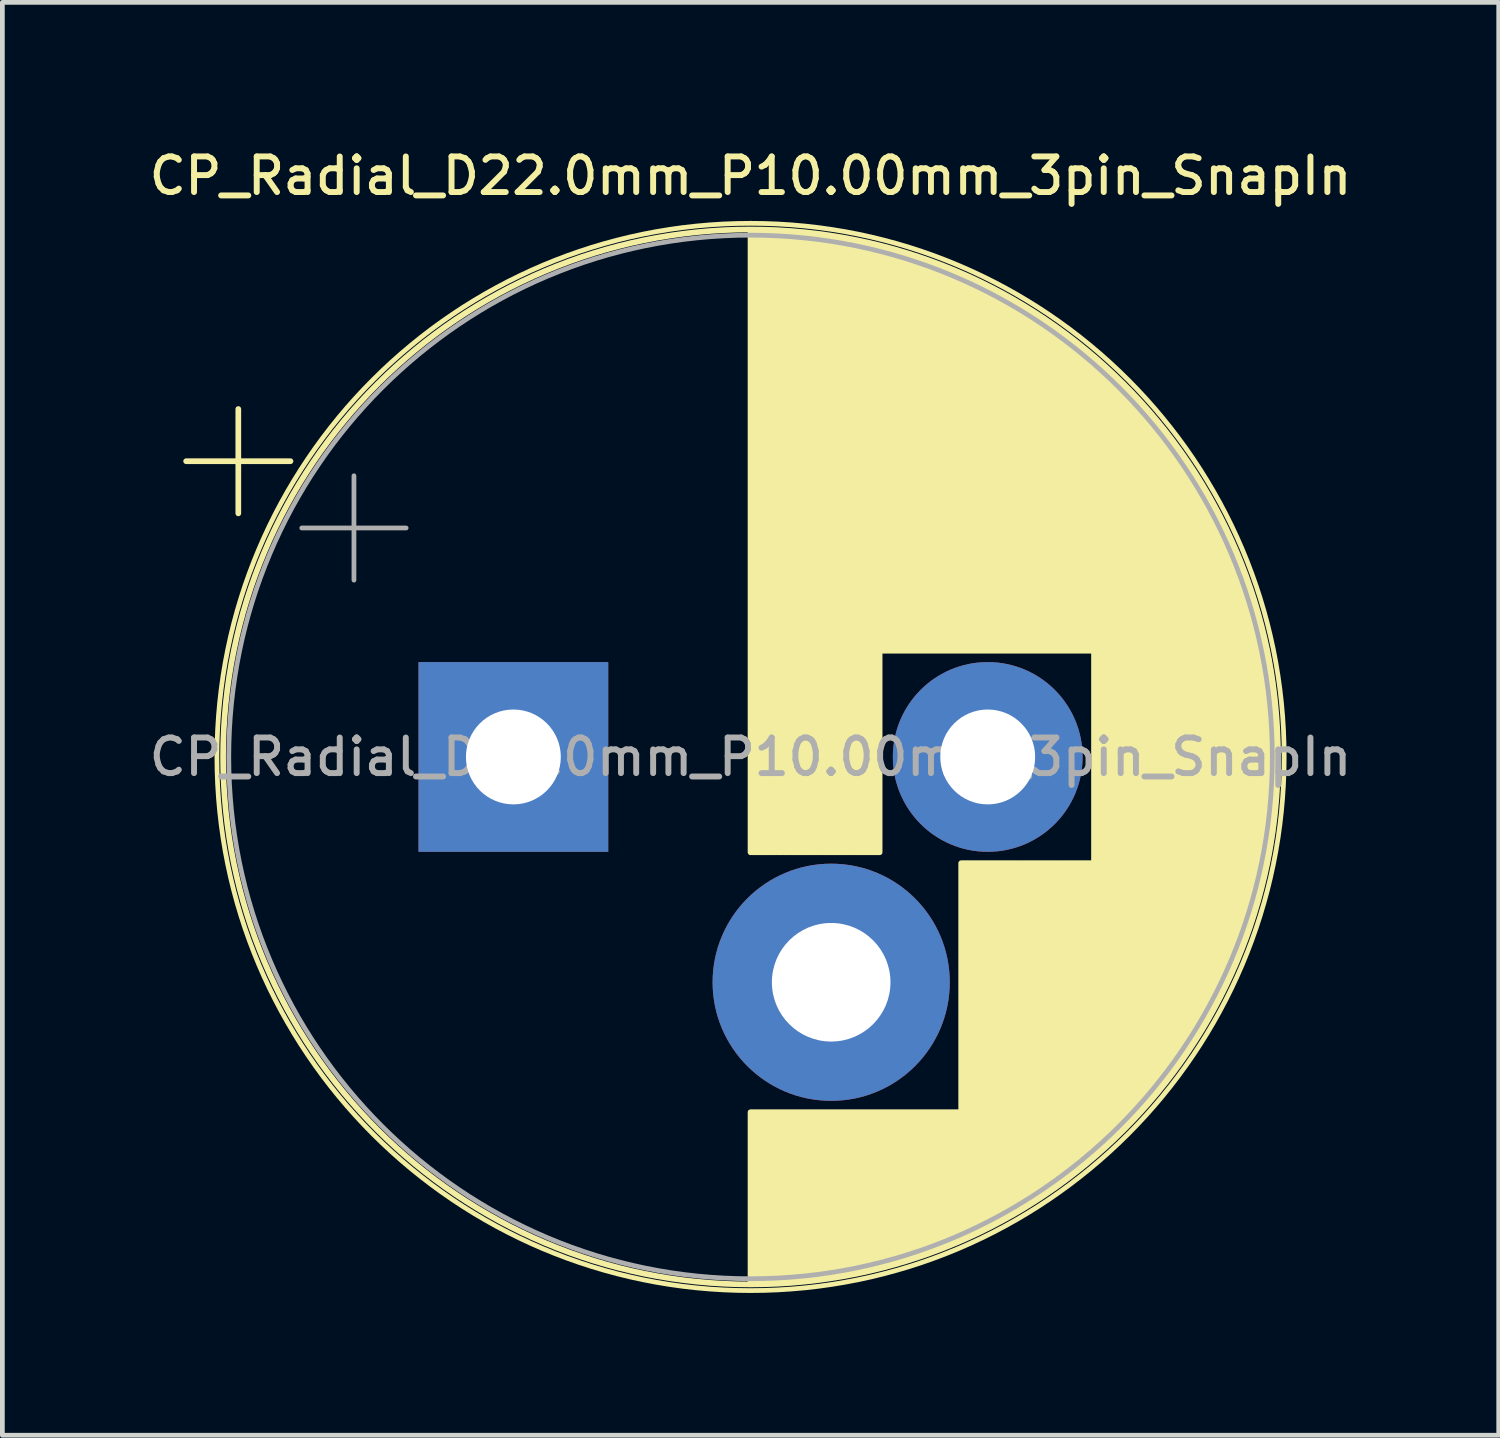
<source format=kicad_pcb>
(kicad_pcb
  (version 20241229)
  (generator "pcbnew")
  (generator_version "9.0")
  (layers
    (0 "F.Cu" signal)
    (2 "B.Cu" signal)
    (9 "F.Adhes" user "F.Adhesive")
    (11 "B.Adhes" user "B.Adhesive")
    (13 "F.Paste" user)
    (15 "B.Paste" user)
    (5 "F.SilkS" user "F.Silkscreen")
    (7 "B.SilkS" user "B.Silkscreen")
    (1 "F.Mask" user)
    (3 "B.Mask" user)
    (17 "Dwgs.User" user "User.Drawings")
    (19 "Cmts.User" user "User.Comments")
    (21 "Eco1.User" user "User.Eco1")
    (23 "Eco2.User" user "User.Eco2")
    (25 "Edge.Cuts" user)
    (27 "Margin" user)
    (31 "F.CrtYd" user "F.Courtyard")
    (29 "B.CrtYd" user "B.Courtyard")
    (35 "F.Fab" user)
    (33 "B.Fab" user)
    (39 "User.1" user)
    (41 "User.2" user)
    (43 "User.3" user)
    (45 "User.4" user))
  (footprint "CP_Radial_D22.0mm_P10.00mm_3pin_SnapIn"
    (layer "F.Cu")
    (at 7.773 12.908)
    (property "Reference" "CP_Radial_D22.0mm_P10.00mm_3pin_SnapIn" (at 5 -12.25 0) (layer "F.SilkS") (effects (font (size 0.75 0.75) (thickness 0.125))))
    (attr through_hole)
    (fp_line (start -6.899 -6.235) (end -4.699 -6.235) (stroke (width 0.12) (type solid)) (layer "F.SilkS"))
    (fp_line (start -5.799 -7.335) (end -5.799 -5.135) (stroke (width 0.12) (type solid)) (layer "F.SilkS"))
    (fp_line (start 5 -11.081) (end 5 2.01) (stroke (width 0.12) (type solid)) (layer "F.SilkS"))
    (fp_line (start 5 7.49) (end 5 11.081) (stroke (width 0.12) (type solid)) (layer "F.SilkS"))
    (fp_line (start 5.04 -11.08) (end 5.04 2.01) (stroke (width 0.12) (type solid)) (layer "F.SilkS"))
    (fp_line (start 5.04 7.49) (end 5.04 11.08) (stroke (width 0.12) (type solid)) (layer "F.SilkS"))
    (fp_line (start 5.08 -11.08) (end 5.08 2.01) (stroke (width 0.12) (type solid)) (layer "F.SilkS"))
    (fp_line (start 5.08 7.49) (end 5.08 11.08) (stroke (width 0.12) (type solid)) (layer "F.SilkS"))
    (fp_line (start 5.12 -11.08) (end 5.12 2.01) (stroke (width 0.12) (type solid)) (layer "F.SilkS"))
    (fp_line (start 5.12 7.49) (end 5.12 11.08) (stroke (width 0.12) (type solid)) (layer "F.SilkS"))
    (fp_line (start 5.16 -11.079) (end 5.16 2.01) (stroke (width 0.12) (type solid)) (layer "F.SilkS"))
    (fp_line (start 5.16 7.49) (end 5.16 11.079) (stroke (width 0.12) (type solid)) (layer "F.SilkS"))
    (fp_line (start 5.2 -11.079) (end 5.2 2.01) (stroke (width 0.12) (type solid)) (layer "F.SilkS"))
    (fp_line (start 5.2 7.49) (end 5.2 11.079) (stroke (width 0.12) (type solid)) (layer "F.SilkS"))
    (fp_line (start 5.24 -11.078) (end 5.24 2.01) (stroke (width 0.12) (type solid)) (layer "F.SilkS"))
    (fp_line (start 5.24 7.49) (end 5.24 11.078) (stroke (width 0.12) (type solid)) (layer "F.SilkS"))
    (fp_line (start 5.28 -11.077) (end 5.28 2.01) (stroke (width 0.12) (type solid)) (layer "F.SilkS"))
    (fp_line (start 5.28 7.49) (end 5.28 11.077) (stroke (width 0.12) (type solid)) (layer "F.SilkS"))
    (fp_line (start 5.32 -11.076) (end 5.32 2.01) (stroke (width 0.12) (type solid)) (layer "F.SilkS"))
    (fp_line (start 5.32 7.49) (end 5.32 11.076) (stroke (width 0.12) (type solid)) (layer "F.SilkS"))
    (fp_line (start 5.36 -11.075) (end 5.36 2.01) (stroke (width 0.12) (type solid)) (layer "F.SilkS"))
    (fp_line (start 5.36 7.49) (end 5.36 11.075) (stroke (width 0.12) (type solid)) (layer "F.SilkS"))
    (fp_line (start 5.4 -11.073) (end 5.4 2.01) (stroke (width 0.12) (type solid)) (layer "F.SilkS"))
    (fp_line (start 5.4 7.49) (end 5.4 11.073) (stroke (width 0.12) (type solid)) (layer "F.SilkS"))
    (fp_line (start 5.44 -11.072) (end 5.44 2.01) (stroke (width 0.12) (type solid)) (layer "F.SilkS"))
    (fp_line (start 5.44 7.49) (end 5.44 11.072) (stroke (width 0.12) (type solid)) (layer "F.SilkS"))
    (fp_line (start 5.48 -11.07) (end 5.48 2.01) (stroke (width 0.12) (type solid)) (layer "F.SilkS"))
    (fp_line (start 5.48 7.49) (end 5.48 11.07) (stroke (width 0.12) (type solid)) (layer "F.SilkS"))
    (fp_line (start 5.52 -11.068) (end 5.52 2.01) (stroke (width 0.12) (type solid)) (layer "F.SilkS"))
    (fp_line (start 5.52 7.49) (end 5.52 11.068) (stroke (width 0.12) (type solid)) (layer "F.SilkS"))
    (fp_line (start 5.56 -11.066) (end 5.56 2.01) (stroke (width 0.12) (type solid)) (layer "F.SilkS"))
    (fp_line (start 5.56 7.49) (end 5.56 11.066) (stroke (width 0.12) (type solid)) (layer "F.SilkS"))
    (fp_line (start 5.6 -11.064) (end 5.6 2.01) (stroke (width 0.12) (type solid)) (layer "F.SilkS"))
    (fp_line (start 5.6 7.49) (end 5.6 11.064) (stroke (width 0.12) (type solid)) (layer "F.SilkS"))
    (fp_line (start 5.64 -11.062) (end 5.64 2.01) (stroke (width 0.12) (type solid)) (layer "F.SilkS"))
    (fp_line (start 5.64 7.49) (end 5.64 11.062) (stroke (width 0.12) (type solid)) (layer "F.SilkS"))
    (fp_line (start 5.68 -11.06) (end 5.68 2.01) (stroke (width 0.12) (type solid)) (layer "F.SilkS"))
    (fp_line (start 5.68 7.49) (end 5.68 11.06) (stroke (width 0.12) (type solid)) (layer "F.SilkS"))
    (fp_line (start 5.721 -11.057) (end 5.721 2.01) (stroke (width 0.12) (type solid)) (layer "F.SilkS"))
    (fp_line (start 5.721 7.49) (end 5.721 11.057) (stroke (width 0.12) (type solid)) (layer "F.SilkS"))
    (fp_line (start 5.761 -11.054) (end 5.761 2.01) (stroke (width 0.12) (type solid)) (layer "F.SilkS"))
    (fp_line (start 5.761 7.49) (end 5.761 11.054) (stroke (width 0.12) (type solid)) (layer "F.SilkS"))
    (fp_line (start 5.801 -11.052) (end 5.801 2.01) (stroke (width 0.12) (type solid)) (layer "F.SilkS"))
    (fp_line (start 5.801 7.49) (end 5.801 11.052) (stroke (width 0.12) (type solid)) (layer "F.SilkS"))
    (fp_line (start 5.841 -11.049) (end 5.841 2.01) (stroke (width 0.12) (type solid)) (layer "F.SilkS"))
    (fp_line (start 5.841 7.49) (end 5.841 11.049) (stroke (width 0.12) (type solid)) (layer "F.SilkS"))
    (fp_line (start 5.881 -11.046) (end 5.881 2.01) (stroke (width 0.12) (type solid)) (layer "F.SilkS"))
    (fp_line (start 5.881 7.49) (end 5.881 11.046) (stroke (width 0.12) (type solid)) (layer "F.SilkS"))
    (fp_line (start 5.921 -11.042) (end 5.921 2.01) (stroke (width 0.12) (type solid)) (layer "F.SilkS"))
    (fp_line (start 5.921 7.49) (end 5.921 11.042) (stroke (width 0.12) (type solid)) (layer "F.SilkS"))
    (fp_line (start 5.961 -11.039) (end 5.961 2.01) (stroke (width 0.12) (type solid)) (layer "F.SilkS"))
    (fp_line (start 5.961 7.49) (end 5.961 11.039) (stroke (width 0.12) (type solid)) (layer "F.SilkS"))
    (fp_line (start 6.001 -11.035) (end 6.001 2.01) (stroke (width 0.12) (type solid)) (layer "F.SilkS"))
    (fp_line (start 6.001 7.49) (end 6.001 11.035) (stroke (width 0.12) (type solid)) (layer "F.SilkS"))
    (fp_line (start 6.041 -11.032) (end 6.041 2.01) (stroke (width 0.12) (type solid)) (layer "F.SilkS"))
    (fp_line (start 6.041 7.49) (end 6.041 11.032) (stroke (width 0.12) (type solid)) (layer "F.SilkS"))
    (fp_line (start 6.081 -11.028) (end 6.081 2.01) (stroke (width 0.12) (type solid)) (layer "F.SilkS"))
    (fp_line (start 6.081 7.49) (end 6.081 11.028) (stroke (width 0.12) (type solid)) (layer "F.SilkS"))
    (fp_line (start 6.121 -11.024) (end 6.121 2.01) (stroke (width 0.12) (type solid)) (layer "F.SilkS"))
    (fp_line (start 6.121 7.49) (end 6.121 11.024) (stroke (width 0.12) (type solid)) (layer "F.SilkS"))
    (fp_line (start 6.161 -11.02) (end 6.161 2.01) (stroke (width 0.12) (type solid)) (layer "F.SilkS"))
    (fp_line (start 6.161 7.49) (end 6.161 11.02) (stroke (width 0.12) (type solid)) (layer "F.SilkS"))
    (fp_line (start 6.201 -11.016) (end 6.201 2.01) (stroke (width 0.12) (type solid)) (layer "F.SilkS"))
    (fp_line (start 6.201 7.49) (end 6.201 11.016) (stroke (width 0.12) (type solid)) (layer "F.SilkS"))
    (fp_line (start 6.241 -11.011) (end 6.241 2.01) (stroke (width 0.12) (type solid)) (layer "F.SilkS"))
    (fp_line (start 6.241 7.49) (end 6.241 11.011) (stroke (width 0.12) (type solid)) (layer "F.SilkS"))
    (fp_line (start 6.281 -11.007) (end 6.281 2.01) (stroke (width 0.12) (type solid)) (layer "F.SilkS"))
    (fp_line (start 6.281 7.49) (end 6.281 11.007) (stroke (width 0.12) (type solid)) (layer "F.SilkS"))
    (fp_line (start 6.321 -11.002) (end 6.321 2.01) (stroke (width 0.12) (type solid)) (layer "F.SilkS"))
    (fp_line (start 6.321 7.49) (end 6.321 11.002) (stroke (width 0.12) (type solid)) (layer "F.SilkS"))
    (fp_line (start 6.361 -10.997) (end 6.361 2.01) (stroke (width 0.12) (type solid)) (layer "F.SilkS"))
    (fp_line (start 6.361 7.49) (end 6.361 10.997) (stroke (width 0.12) (type solid)) (layer "F.SilkS"))
    (fp_line (start 6.401 -10.992) (end 6.401 2.01) (stroke (width 0.12) (type solid)) (layer "F.SilkS"))
    (fp_line (start 6.401 7.49) (end 6.401 10.992) (stroke (width 0.12) (type solid)) (layer "F.SilkS"))
    (fp_line (start 6.441 -10.987) (end 6.441 2.01) (stroke (width 0.12) (type solid)) (layer "F.SilkS"))
    (fp_line (start 6.441 7.49) (end 6.441 10.987) (stroke (width 0.12) (type solid)) (layer "F.SilkS"))
    (fp_line (start 6.481 -10.982) (end 6.481 2.01) (stroke (width 0.12) (type solid)) (layer "F.SilkS"))
    (fp_line (start 6.481 7.49) (end 6.481 10.982) (stroke (width 0.12) (type solid)) (layer "F.SilkS"))
    (fp_line (start 6.521 -10.976) (end 6.521 2.01) (stroke (width 0.12) (type solid)) (layer "F.SilkS"))
    (fp_line (start 6.521 7.49) (end 6.521 10.976) (stroke (width 0.12) (type solid)) (layer "F.SilkS"))
    (fp_line (start 6.561 -10.971) (end 6.561 2.01) (stroke (width 0.12) (type solid)) (layer "F.SilkS"))
    (fp_line (start 6.561 7.49) (end 6.561 10.971) (stroke (width 0.12) (type solid)) (layer "F.SilkS"))
    (fp_line (start 6.601 -10.965) (end 6.601 2.01) (stroke (width 0.12) (type solid)) (layer "F.SilkS"))
    (fp_line (start 6.601 7.49) (end 6.601 10.965) (stroke (width 0.12) (type solid)) (layer "F.SilkS"))
    (fp_line (start 6.641 -10.959) (end 6.641 2.01) (stroke (width 0.12) (type solid)) (layer "F.SilkS"))
    (fp_line (start 6.641 7.49) (end 6.641 10.959) (stroke (width 0.12) (type solid)) (layer "F.SilkS"))
    (fp_line (start 6.681 -10.953) (end 6.681 2.01) (stroke (width 0.12) (type solid)) (layer "F.SilkS"))
    (fp_line (start 6.681 7.49) (end 6.681 10.953) (stroke (width 0.12) (type solid)) (layer "F.SilkS"))
    (fp_line (start 6.721 -10.947) (end 6.721 2.01) (stroke (width 0.12) (type solid)) (layer "F.SilkS"))
    (fp_line (start 6.721 7.49) (end 6.721 10.947) (stroke (width 0.12) (type solid)) (layer "F.SilkS"))
    (fp_line (start 6.761 -10.94) (end 6.761 2.01) (stroke (width 0.12) (type solid)) (layer "F.SilkS"))
    (fp_line (start 6.761 7.49) (end 6.761 10.94) (stroke (width 0.12) (type solid)) (layer "F.SilkS"))
    (fp_line (start 6.801 -10.934) (end 6.801 2.01) (stroke (width 0.12) (type solid)) (layer "F.SilkS"))
    (fp_line (start 6.801 7.49) (end 6.801 10.934) (stroke (width 0.12) (type solid)) (layer "F.SilkS"))
    (fp_line (start 6.841 -10.927) (end 6.841 2.01) (stroke (width 0.12) (type solid)) (layer "F.SilkS"))
    (fp_line (start 6.841 7.49) (end 6.841 10.927) (stroke (width 0.12) (type solid)) (layer "F.SilkS"))
    (fp_line (start 6.881 -10.92) (end 6.881 2.01) (stroke (width 0.12) (type solid)) (layer "F.SilkS"))
    (fp_line (start 6.881 7.49) (end 6.881 10.92) (stroke (width 0.12) (type solid)) (layer "F.SilkS"))
    (fp_line (start 6.921 -10.913) (end 6.921 2.01) (stroke (width 0.12) (type solid)) (layer "F.SilkS"))
    (fp_line (start 6.921 7.49) (end 6.921 10.913) (stroke (width 0.12) (type solid)) (layer "F.SilkS"))
    (fp_line (start 6.961 -10.906) (end 6.961 2.01) (stroke (width 0.12) (type solid)) (layer "F.SilkS"))
    (fp_line (start 6.961 7.49) (end 6.961 10.906) (stroke (width 0.12) (type solid)) (layer "F.SilkS"))
    (fp_line (start 7.001 -10.899) (end 7.001 2.01) (stroke (width 0.12) (type solid)) (layer "F.SilkS"))
    (fp_line (start 7.001 7.49) (end 7.001 10.899) (stroke (width 0.12) (type solid)) (layer "F.SilkS"))
    (fp_line (start 7.041 -10.892) (end 7.041 2.01) (stroke (width 0.12) (type solid)) (layer "F.SilkS"))
    (fp_line (start 7.041 7.49) (end 7.041 10.892) (stroke (width 0.12) (type solid)) (layer "F.SilkS"))
    (fp_line (start 7.081 -10.884) (end 7.081 2.01) (stroke (width 0.12) (type solid)) (layer "F.SilkS"))
    (fp_line (start 7.081 7.49) (end 7.081 10.884) (stroke (width 0.12) (type solid)) (layer "F.SilkS"))
    (fp_line (start 7.121 -10.877) (end 7.121 2.01) (stroke (width 0.12) (type solid)) (layer "F.SilkS"))
    (fp_line (start 7.121 7.49) (end 7.121 10.877) (stroke (width 0.12) (type solid)) (layer "F.SilkS"))
    (fp_line (start 7.161 -10.869) (end 7.161 2.01) (stroke (width 0.12) (type solid)) (layer "F.SilkS"))
    (fp_line (start 7.161 7.49) (end 7.161 10.869) (stroke (width 0.12) (type solid)) (layer "F.SilkS"))
    (fp_line (start 7.201 -10.861) (end 7.201 2.01) (stroke (width 0.12) (type solid)) (layer "F.SilkS"))
    (fp_line (start 7.201 7.49) (end 7.201 10.861) (stroke (width 0.12) (type solid)) (layer "F.SilkS"))
    (fp_line (start 7.241 -10.853) (end 7.241 2.01) (stroke (width 0.12) (type solid)) (layer "F.SilkS"))
    (fp_line (start 7.241 7.49) (end 7.241 10.853) (stroke (width 0.12) (type solid)) (layer "F.SilkS"))
    (fp_line (start 7.281 -10.844) (end 7.281 2.01) (stroke (width 0.12) (type solid)) (layer "F.SilkS"))
    (fp_line (start 7.281 7.49) (end 7.281 10.844) (stroke (width 0.12) (type solid)) (layer "F.SilkS"))
    (fp_line (start 7.321 -10.836) (end 7.321 2.01) (stroke (width 0.12) (type solid)) (layer "F.SilkS"))
    (fp_line (start 7.321 7.49) (end 7.321 10.836) (stroke (width 0.12) (type solid)) (layer "F.SilkS"))
    (fp_line (start 7.361 -10.827) (end 7.361 2.01) (stroke (width 0.12) (type solid)) (layer "F.SilkS"))
    (fp_line (start 7.361 7.49) (end 7.361 10.827) (stroke (width 0.12) (type solid)) (layer "F.SilkS"))
    (fp_line (start 7.401 -10.818) (end 7.401 2.01) (stroke (width 0.12) (type solid)) (layer "F.SilkS"))
    (fp_line (start 7.401 7.49) (end 7.401 10.818) (stroke (width 0.12) (type solid)) (layer "F.SilkS"))
    (fp_line (start 7.441 -10.809) (end 7.441 2.01) (stroke (width 0.12) (type solid)) (layer "F.SilkS"))
    (fp_line (start 7.441 7.49) (end 7.441 10.809) (stroke (width 0.12) (type solid)) (layer "F.SilkS"))
    (fp_line (start 7.481 -10.8) (end 7.481 2.01) (stroke (width 0.12) (type solid)) (layer "F.SilkS"))
    (fp_line (start 7.481 7.49) (end 7.481 10.8) (stroke (width 0.12) (type solid)) (layer "F.SilkS"))
    (fp_line (start 7.521 -10.791) (end 7.521 2.01) (stroke (width 0.12) (type solid)) (layer "F.SilkS"))
    (fp_line (start 7.521 7.49) (end 7.521 10.791) (stroke (width 0.12) (type solid)) (layer "F.SilkS"))
    (fp_line (start 7.561 -10.782) (end 7.561 2.01) (stroke (width 0.12) (type solid)) (layer "F.SilkS"))
    (fp_line (start 7.561 7.49) (end 7.561 10.782) (stroke (width 0.12) (type solid)) (layer "F.SilkS"))
    (fp_line (start 7.601 -10.772) (end 7.601 2.01) (stroke (width 0.12) (type solid)) (layer "F.SilkS"))
    (fp_line (start 7.601 7.49) (end 7.601 10.772) (stroke (width 0.12) (type solid)) (layer "F.SilkS"))
    (fp_line (start 7.641 -10.763) (end 7.641 2.01) (stroke (width 0.12) (type solid)) (layer "F.SilkS"))
    (fp_line (start 7.641 7.49) (end 7.641 10.763) (stroke (width 0.12) (type solid)) (layer "F.SilkS"))
    (fp_line (start 7.681 -10.753) (end 7.681 2.01) (stroke (width 0.12) (type solid)) (layer "F.SilkS"))
    (fp_line (start 7.681 7.49) (end 7.681 10.753) (stroke (width 0.12) (type solid)) (layer "F.SilkS"))
    (fp_line (start 7.721 -10.743) (end 7.721 2.01) (stroke (width 0.12) (type solid)) (layer "F.SilkS"))
    (fp_line (start 7.721 7.49) (end 7.721 10.743) (stroke (width 0.12) (type solid)) (layer "F.SilkS"))
    (fp_line (start 7.761 -10.733) (end 7.761 -2.24) (stroke (width 0.12) (type solid)) (layer "F.SilkS"))
    (fp_line (start 7.761 7.49) (end 7.761 10.733) (stroke (width 0.12) (type solid)) (layer "F.SilkS"))
    (fp_line (start 7.801 -10.722) (end 7.801 -2.24) (stroke (width 0.12) (type solid)) (layer "F.SilkS"))
    (fp_line (start 7.801 7.49) (end 7.801 10.722) (stroke (width 0.12) (type solid)) (layer "F.SilkS"))
    (fp_line (start 7.841 -10.712) (end 7.841 -2.24) (stroke (width 0.12) (type solid)) (layer "F.SilkS"))
    (fp_line (start 7.841 7.49) (end 7.841 10.712) (stroke (width 0.12) (type solid)) (layer "F.SilkS"))
    (fp_line (start 7.881 -10.701) (end 7.881 -2.24) (stroke (width 0.12) (type solid)) (layer "F.SilkS"))
    (fp_line (start 7.881 7.49) (end 7.881 10.701) (stroke (width 0.12) (type solid)) (layer "F.SilkS"))
    (fp_line (start 7.921 -10.69) (end 7.921 -2.24) (stroke (width 0.12) (type solid)) (layer "F.SilkS"))
    (fp_line (start 7.921 7.49) (end 7.921 10.69) (stroke (width 0.12) (type solid)) (layer "F.SilkS"))
    (fp_line (start 7.961 -10.679) (end 7.961 -2.24) (stroke (width 0.12) (type solid)) (layer "F.SilkS"))
    (fp_line (start 7.961 7.49) (end 7.961 10.679) (stroke (width 0.12) (type solid)) (layer "F.SilkS"))
    (fp_line (start 8.001 -10.668) (end 8.001 -2.24) (stroke (width 0.12) (type solid)) (layer "F.SilkS"))
    (fp_line (start 8.001 7.49) (end 8.001 10.668) (stroke (width 0.12) (type solid)) (layer "F.SilkS"))
    (fp_line (start 8.041 -10.657) (end 8.041 -2.24) (stroke (width 0.12) (type solid)) (layer "F.SilkS"))
    (fp_line (start 8.041 7.49) (end 8.041 10.657) (stroke (width 0.12) (type solid)) (layer "F.SilkS"))
    (fp_line (start 8.081 -10.645) (end 8.081 -2.24) (stroke (width 0.12) (type solid)) (layer "F.SilkS"))
    (fp_line (start 8.081 7.49) (end 8.081 10.645) (stroke (width 0.12) (type solid)) (layer "F.SilkS"))
    (fp_line (start 8.121 -10.634) (end 8.121 -2.24) (stroke (width 0.12) (type solid)) (layer "F.SilkS"))
    (fp_line (start 8.121 7.49) (end 8.121 10.634) (stroke (width 0.12) (type solid)) (layer "F.SilkS"))
    (fp_line (start 8.161 -10.622) (end 8.161 -2.24) (stroke (width 0.12) (type solid)) (layer "F.SilkS"))
    (fp_line (start 8.161 7.49) (end 8.161 10.622) (stroke (width 0.12) (type solid)) (layer "F.SilkS"))
    (fp_line (start 8.201 -10.61) (end 8.201 -2.24) (stroke (width 0.12) (type solid)) (layer "F.SilkS"))
    (fp_line (start 8.201 7.49) (end 8.201 10.61) (stroke (width 0.12) (type solid)) (layer "F.SilkS"))
    (fp_line (start 8.241 -10.598) (end 8.241 -2.24) (stroke (width 0.12) (type solid)) (layer "F.SilkS"))
    (fp_line (start 8.241 7.49) (end 8.241 10.598) (stroke (width 0.12) (type solid)) (layer "F.SilkS"))
    (fp_line (start 8.281 -10.586) (end 8.281 -2.24) (stroke (width 0.12) (type solid)) (layer "F.SilkS"))
    (fp_line (start 8.281 7.49) (end 8.281 10.586) (stroke (width 0.12) (type solid)) (layer "F.SilkS"))
    (fp_line (start 8.321 -10.573) (end 8.321 -2.24) (stroke (width 0.12) (type solid)) (layer "F.SilkS"))
    (fp_line (start 8.321 7.49) (end 8.321 10.573) (stroke (width 0.12) (type solid)) (layer "F.SilkS"))
    (fp_line (start 8.361 -10.561) (end 8.361 -2.24) (stroke (width 0.12) (type solid)) (layer "F.SilkS"))
    (fp_line (start 8.361 7.49) (end 8.361 10.561) (stroke (width 0.12) (type solid)) (layer "F.SilkS"))
    (fp_line (start 8.401 -10.548) (end 8.401 -2.24) (stroke (width 0.12) (type solid)) (layer "F.SilkS"))
    (fp_line (start 8.401 7.49) (end 8.401 10.548) (stroke (width 0.12) (type solid)) (layer "F.SilkS"))
    (fp_line (start 8.441 -10.535) (end 8.441 -2.24) (stroke (width 0.12) (type solid)) (layer "F.SilkS"))
    (fp_line (start 8.441 7.49) (end 8.441 10.535) (stroke (width 0.12) (type solid)) (layer "F.SilkS"))
    (fp_line (start 8.481 -10.522) (end 8.481 -2.24) (stroke (width 0.12) (type solid)) (layer "F.SilkS"))
    (fp_line (start 8.481 7.49) (end 8.481 10.522) (stroke (width 0.12) (type solid)) (layer "F.SilkS"))
    (fp_line (start 8.521 -10.509) (end 8.521 -2.24) (stroke (width 0.12) (type solid)) (layer "F.SilkS"))
    (fp_line (start 8.521 7.49) (end 8.521 10.509) (stroke (width 0.12) (type solid)) (layer "F.SilkS"))
    (fp_line (start 8.561 -10.495) (end 8.561 -2.24) (stroke (width 0.12) (type solid)) (layer "F.SilkS"))
    (fp_line (start 8.561 7.49) (end 8.561 10.495) (stroke (width 0.12) (type solid)) (layer "F.SilkS"))
    (fp_line (start 8.601 -10.482) (end 8.601 -2.24) (stroke (width 0.12) (type solid)) (layer "F.SilkS"))
    (fp_line (start 8.601 7.49) (end 8.601 10.482) (stroke (width 0.12) (type solid)) (layer "F.SilkS"))
    (fp_line (start 8.641 -10.468) (end 8.641 -2.24) (stroke (width 0.12) (type solid)) (layer "F.SilkS"))
    (fp_line (start 8.641 7.49) (end 8.641 10.468) (stroke (width 0.12) (type solid)) (layer "F.SilkS"))
    (fp_line (start 8.681 -10.454) (end 8.681 -2.24) (stroke (width 0.12) (type solid)) (layer "F.SilkS"))
    (fp_line (start 8.681 7.49) (end 8.681 10.454) (stroke (width 0.12) (type solid)) (layer "F.SilkS"))
    (fp_line (start 8.721 -10.44) (end 8.721 -2.24) (stroke (width 0.12) (type solid)) (layer "F.SilkS"))
    (fp_line (start 8.721 7.49) (end 8.721 10.44) (stroke (width 0.12) (type solid)) (layer "F.SilkS"))
    (fp_line (start 8.761 -10.426) (end 8.761 -2.24) (stroke (width 0.12) (type solid)) (layer "F.SilkS"))
    (fp_line (start 8.761 7.49) (end 8.761 10.426) (stroke (width 0.12) (type solid)) (layer "F.SilkS"))
    (fp_line (start 8.801 -10.411) (end 8.801 -2.24) (stroke (width 0.12) (type solid)) (layer "F.SilkS"))
    (fp_line (start 8.801 7.49) (end 8.801 10.411) (stroke (width 0.12) (type solid)) (layer "F.SilkS"))
    (fp_line (start 8.841 -10.396) (end 8.841 -2.24) (stroke (width 0.12) (type solid)) (layer "F.SilkS"))
    (fp_line (start 8.841 7.49) (end 8.841 10.396) (stroke (width 0.12) (type solid)) (layer "F.SilkS"))
    (fp_line (start 8.881 -10.382) (end 8.881 -2.24) (stroke (width 0.12) (type solid)) (layer "F.SilkS"))
    (fp_line (start 8.881 7.49) (end 8.881 10.382) (stroke (width 0.12) (type solid)) (layer "F.SilkS"))
    (fp_line (start 8.921 -10.367) (end 8.921 -2.24) (stroke (width 0.12) (type solid)) (layer "F.SilkS"))
    (fp_line (start 8.921 7.49) (end 8.921 10.367) (stroke (width 0.12) (type solid)) (layer "F.SilkS"))
    (fp_line (start 8.961 -10.351) (end 8.961 -2.24) (stroke (width 0.12) (type solid)) (layer "F.SilkS"))
    (fp_line (start 8.961 7.49) (end 8.961 10.351) (stroke (width 0.12) (type solid)) (layer "F.SilkS"))
    (fp_line (start 9.001 -10.336) (end 9.001 -2.24) (stroke (width 0.12) (type solid)) (layer "F.SilkS"))
    (fp_line (start 9.001 7.49) (end 9.001 10.336) (stroke (width 0.12) (type solid)) (layer "F.SilkS"))
    (fp_line (start 9.041 -10.321) (end 9.041 -2.24) (stroke (width 0.12) (type solid)) (layer "F.SilkS"))
    (fp_line (start 9.041 7.49) (end 9.041 10.321) (stroke (width 0.12) (type solid)) (layer "F.SilkS"))
    (fp_line (start 9.081 -10.305) (end 9.081 -2.24) (stroke (width 0.12) (type solid)) (layer "F.SilkS"))
    (fp_line (start 9.081 7.49) (end 9.081 10.305) (stroke (width 0.12) (type solid)) (layer "F.SilkS"))
    (fp_line (start 9.121 -10.289) (end 9.121 -2.24) (stroke (width 0.12) (type solid)) (layer "F.SilkS"))
    (fp_line (start 9.121 7.49) (end 9.121 10.289) (stroke (width 0.12) (type solid)) (layer "F.SilkS"))
    (fp_line (start 9.161 -10.273) (end 9.161 -2.24) (stroke (width 0.12) (type solid)) (layer "F.SilkS"))
    (fp_line (start 9.161 7.49) (end 9.161 10.273) (stroke (width 0.12) (type solid)) (layer "F.SilkS"))
    (fp_line (start 9.201 -10.257) (end 9.201 -2.24) (stroke (width 0.12) (type solid)) (layer "F.SilkS"))
    (fp_line (start 9.201 7.49) (end 9.201 10.257) (stroke (width 0.12) (type solid)) (layer "F.SilkS"))
    (fp_line (start 9.241 -10.24) (end 9.241 -2.24) (stroke (width 0.12) (type solid)) (layer "F.SilkS"))
    (fp_line (start 9.241 7.49) (end 9.241 10.24) (stroke (width 0.12) (type solid)) (layer "F.SilkS"))
    (fp_line (start 9.281 -10.224) (end 9.281 -2.24) (stroke (width 0.12) (type solid)) (layer "F.SilkS"))
    (fp_line (start 9.281 7.49) (end 9.281 10.224) (stroke (width 0.12) (type solid)) (layer "F.SilkS"))
    (fp_line (start 9.321 -10.207) (end 9.321 -2.24) (stroke (width 0.12) (type solid)) (layer "F.SilkS"))
    (fp_line (start 9.321 7.49) (end 9.321 10.207) (stroke (width 0.12) (type solid)) (layer "F.SilkS"))
    (fp_line (start 9.361 -10.19) (end 9.361 -2.24) (stroke (width 0.12) (type solid)) (layer "F.SilkS"))
    (fp_line (start 9.361 7.49) (end 9.361 10.19) (stroke (width 0.12) (type solid)) (layer "F.SilkS"))
    (fp_line (start 9.401 -10.173) (end 9.401 -2.24) (stroke (width 0.12) (type solid)) (layer "F.SilkS"))
    (fp_line (start 9.401 7.49) (end 9.401 10.173) (stroke (width 0.12) (type solid)) (layer "F.SilkS"))
    (fp_line (start 9.441 -10.156) (end 9.441 -2.24) (stroke (width 0.12) (type solid)) (layer "F.SilkS"))
    (fp_line (start 9.441 2.24) (end 9.441 10.156) (stroke (width 0.12) (type solid)) (layer "F.SilkS"))
    (fp_line (start 9.481 -10.138) (end 9.481 -2.24) (stroke (width 0.12) (type solid)) (layer "F.SilkS"))
    (fp_line (start 9.481 2.24) (end 9.481 10.138) (stroke (width 0.12) (type solid)) (layer "F.SilkS"))
    (fp_line (start 9.521 -10.12) (end 9.521 -2.24) (stroke (width 0.12) (type solid)) (layer "F.SilkS"))
    (fp_line (start 9.521 2.24) (end 9.521 10.12) (stroke (width 0.12) (type solid)) (layer "F.SilkS"))
    (fp_line (start 9.561 -10.103) (end 9.561 -2.24) (stroke (width 0.12) (type solid)) (layer "F.SilkS"))
    (fp_line (start 9.561 2.24) (end 9.561 10.103) (stroke (width 0.12) (type solid)) (layer "F.SilkS"))
    (fp_line (start 9.601 -10.084) (end 9.601 -2.24) (stroke (width 0.12) (type solid)) (layer "F.SilkS"))
    (fp_line (start 9.601 2.24) (end 9.601 10.084) (stroke (width 0.12) (type solid)) (layer "F.SilkS"))
    (fp_line (start 9.641 -10.066) (end 9.641 -2.24) (stroke (width 0.12) (type solid)) (layer "F.SilkS"))
    (fp_line (start 9.641 2.24) (end 9.641 10.066) (stroke (width 0.12) (type solid)) (layer "F.SilkS"))
    (fp_line (start 9.681 -10.048) (end 9.681 -2.24) (stroke (width 0.12) (type solid)) (layer "F.SilkS"))
    (fp_line (start 9.681 2.24) (end 9.681 10.048) (stroke (width 0.12) (type solid)) (layer "F.SilkS"))
    (fp_line (start 9.721 -10.029) (end 9.721 -2.24) (stroke (width 0.12) (type solid)) (layer "F.SilkS"))
    (fp_line (start 9.721 2.24) (end 9.721 10.029) (stroke (width 0.12) (type solid)) (layer "F.SilkS"))
    (fp_line (start 9.761 -10.01) (end 9.761 -2.24) (stroke (width 0.12) (type solid)) (layer "F.SilkS"))
    (fp_line (start 9.761 2.24) (end 9.761 10.01) (stroke (width 0.12) (type solid)) (layer "F.SilkS"))
    (fp_line (start 9.801 -9.991) (end 9.801 -2.24) (stroke (width 0.12) (type solid)) (layer "F.SilkS"))
    (fp_line (start 9.801 2.24) (end 9.801 9.991) (stroke (width 0.12) (type solid)) (layer "F.SilkS"))
    (fp_line (start 9.841 -9.972) (end 9.841 -2.24) (stroke (width 0.12) (type solid)) (layer "F.SilkS"))
    (fp_line (start 9.841 2.24) (end 9.841 9.972) (stroke (width 0.12) (type solid)) (layer "F.SilkS"))
    (fp_line (start 9.881 -9.952) (end 9.881 -2.24) (stroke (width 0.12) (type solid)) (layer "F.SilkS"))
    (fp_line (start 9.881 2.24) (end 9.881 9.952) (stroke (width 0.12) (type solid)) (layer "F.SilkS"))
    (fp_line (start 9.921 -9.933) (end 9.921 -2.24) (stroke (width 0.12) (type solid)) (layer "F.SilkS"))
    (fp_line (start 9.921 2.24) (end 9.921 9.933) (stroke (width 0.12) (type solid)) (layer "F.SilkS"))
    (fp_line (start 9.961 -9.913) (end 9.961 -2.24) (stroke (width 0.12) (type solid)) (layer "F.SilkS"))
    (fp_line (start 9.961 2.24) (end 9.961 9.913) (stroke (width 0.12) (type solid)) (layer "F.SilkS"))
    (fp_line (start 10.001 -9.893) (end 10.001 -2.24) (stroke (width 0.12) (type solid)) (layer "F.SilkS"))
    (fp_line (start 10.001 2.24) (end 10.001 9.893) (stroke (width 0.12) (type solid)) (layer "F.SilkS"))
    (fp_line (start 10.041 -9.873) (end 10.041 -2.24) (stroke (width 0.12) (type solid)) (layer "F.SilkS"))
    (fp_line (start 10.041 2.24) (end 10.041 9.873) (stroke (width 0.12) (type solid)) (layer "F.SilkS"))
    (fp_line (start 10.081 -9.852) (end 10.081 -2.24) (stroke (width 0.12) (type solid)) (layer "F.SilkS"))
    (fp_line (start 10.081 2.24) (end 10.081 9.852) (stroke (width 0.12) (type solid)) (layer "F.SilkS"))
    (fp_line (start 10.121 -9.832) (end 10.121 -2.24) (stroke (width 0.12) (type solid)) (layer "F.SilkS"))
    (fp_line (start 10.121 2.24) (end 10.121 9.832) (stroke (width 0.12) (type solid)) (layer "F.SilkS"))
    (fp_line (start 10.161 -9.811) (end 10.161 -2.24) (stroke (width 0.12) (type solid)) (layer "F.SilkS"))
    (fp_line (start 10.161 2.24) (end 10.161 9.811) (stroke (width 0.12) (type solid)) (layer "F.SilkS"))
    (fp_line (start 10.201 -9.79) (end 10.201 -2.24) (stroke (width 0.12) (type solid)) (layer "F.SilkS"))
    (fp_line (start 10.201 2.24) (end 10.201 9.79) (stroke (width 0.12) (type solid)) (layer "F.SilkS"))
    (fp_line (start 10.241 -9.768) (end 10.241 -2.24) (stroke (width 0.12) (type solid)) (layer "F.SilkS"))
    (fp_line (start 10.241 2.24) (end 10.241 9.768) (stroke (width 0.12) (type solid)) (layer "F.SilkS"))
    (fp_line (start 10.281 -9.747) (end 10.281 -2.24) (stroke (width 0.12) (type solid)) (layer "F.SilkS"))
    (fp_line (start 10.281 2.24) (end 10.281 9.747) (stroke (width 0.12) (type solid)) (layer "F.SilkS"))
    (fp_line (start 10.321 -9.725) (end 10.321 -2.24) (stroke (width 0.12) (type solid)) (layer "F.SilkS"))
    (fp_line (start 10.321 2.24) (end 10.321 9.725) (stroke (width 0.12) (type solid)) (layer "F.SilkS"))
    (fp_line (start 10.361 -9.703) (end 10.361 -2.24) (stroke (width 0.12) (type solid)) (layer "F.SilkS"))
    (fp_line (start 10.361 2.24) (end 10.361 9.703) (stroke (width 0.12) (type solid)) (layer "F.SilkS"))
    (fp_line (start 10.401 -9.681) (end 10.401 -2.24) (stroke (width 0.12) (type solid)) (layer "F.SilkS"))
    (fp_line (start 10.401 2.24) (end 10.401 9.681) (stroke (width 0.12) (type solid)) (layer "F.SilkS"))
    (fp_line (start 10.441 -9.659) (end 10.441 -2.24) (stroke (width 0.12) (type solid)) (layer "F.SilkS"))
    (fp_line (start 10.441 2.24) (end 10.441 9.659) (stroke (width 0.12) (type solid)) (layer "F.SilkS"))
    (fp_line (start 10.481 -9.636) (end 10.481 -2.24) (stroke (width 0.12) (type solid)) (layer "F.SilkS"))
    (fp_line (start 10.481 2.24) (end 10.481 9.636) (stroke (width 0.12) (type solid)) (layer "F.SilkS"))
    (fp_line (start 10.521 -9.614) (end 10.521 -2.24) (stroke (width 0.12) (type solid)) (layer "F.SilkS"))
    (fp_line (start 10.521 2.24) (end 10.521 9.614) (stroke (width 0.12) (type solid)) (layer "F.SilkS"))
    (fp_line (start 10.561 -9.591) (end 10.561 -2.24) (stroke (width 0.12) (type solid)) (layer "F.SilkS"))
    (fp_line (start 10.561 2.24) (end 10.561 9.591) (stroke (width 0.12) (type solid)) (layer "F.SilkS"))
    (fp_line (start 10.601 -9.567) (end 10.601 -2.24) (stroke (width 0.12) (type solid)) (layer "F.SilkS"))
    (fp_line (start 10.601 2.24) (end 10.601 9.567) (stroke (width 0.12) (type solid)) (layer "F.SilkS"))
    (fp_line (start 10.641 -9.544) (end 10.641 -2.24) (stroke (width 0.12) (type solid)) (layer "F.SilkS"))
    (fp_line (start 10.641 2.24) (end 10.641 9.544) (stroke (width 0.12) (type solid)) (layer "F.SilkS"))
    (fp_line (start 10.681 -9.52) (end 10.681 -2.24) (stroke (width 0.12) (type solid)) (layer "F.SilkS"))
    (fp_line (start 10.681 2.24) (end 10.681 9.52) (stroke (width 0.12) (type solid)) (layer "F.SilkS"))
    (fp_line (start 10.721 -9.497) (end 10.721 -2.24) (stroke (width 0.12) (type solid)) (layer "F.SilkS"))
    (fp_line (start 10.721 2.24) (end 10.721 9.497) (stroke (width 0.12) (type solid)) (layer "F.SilkS"))
    (fp_line (start 10.761 -9.472) (end 10.761 -2.24) (stroke (width 0.12) (type solid)) (layer "F.SilkS"))
    (fp_line (start 10.761 2.24) (end 10.761 9.472) (stroke (width 0.12) (type solid)) (layer "F.SilkS"))
    (fp_line (start 10.801 -9.448) (end 10.801 -2.24) (stroke (width 0.12) (type solid)) (layer "F.SilkS"))
    (fp_line (start 10.801 2.24) (end 10.801 9.448) (stroke (width 0.12) (type solid)) (layer "F.SilkS"))
    (fp_line (start 10.841 -9.424) (end 10.841 -2.24) (stroke (width 0.12) (type solid)) (layer "F.SilkS"))
    (fp_line (start 10.841 2.24) (end 10.841 9.424) (stroke (width 0.12) (type solid)) (layer "F.SilkS"))
    (fp_line (start 10.881 -9.399) (end 10.881 -2.24) (stroke (width 0.12) (type solid)) (layer "F.SilkS"))
    (fp_line (start 10.881 2.24) (end 10.881 9.399) (stroke (width 0.12) (type solid)) (layer "F.SilkS"))
    (fp_line (start 10.921 -9.374) (end 10.921 -2.24) (stroke (width 0.12) (type solid)) (layer "F.SilkS"))
    (fp_line (start 10.921 2.24) (end 10.921 9.374) (stroke (width 0.12) (type solid)) (layer "F.SilkS"))
    (fp_line (start 10.961 -9.348) (end 10.961 -2.24) (stroke (width 0.12) (type solid)) (layer "F.SilkS"))
    (fp_line (start 10.961 2.24) (end 10.961 9.348) (stroke (width 0.12) (type solid)) (layer "F.SilkS"))
    (fp_line (start 11.001 -9.323) (end 11.001 -2.24) (stroke (width 0.12) (type solid)) (layer "F.SilkS"))
    (fp_line (start 11.001 2.24) (end 11.001 9.323) (stroke (width 0.12) (type solid)) (layer "F.SilkS"))
    (fp_line (start 11.041 -9.297) (end 11.041 -2.24) (stroke (width 0.12) (type solid)) (layer "F.SilkS"))
    (fp_line (start 11.041 2.24) (end 11.041 9.297) (stroke (width 0.12) (type solid)) (layer "F.SilkS"))
    (fp_line (start 11.081 -9.271) (end 11.081 -2.24) (stroke (width 0.12) (type solid)) (layer "F.SilkS"))
    (fp_line (start 11.081 2.24) (end 11.081 9.271) (stroke (width 0.12) (type solid)) (layer "F.SilkS"))
    (fp_line (start 11.121 -9.245) (end 11.121 -2.24) (stroke (width 0.12) (type solid)) (layer "F.SilkS"))
    (fp_line (start 11.121 2.24) (end 11.121 9.245) (stroke (width 0.12) (type solid)) (layer "F.SilkS"))
    (fp_line (start 11.161 -9.218) (end 11.161 -2.24) (stroke (width 0.12) (type solid)) (layer "F.SilkS"))
    (fp_line (start 11.161 2.24) (end 11.161 9.218) (stroke (width 0.12) (type solid)) (layer "F.SilkS"))
    (fp_line (start 11.201 -9.192) (end 11.201 -2.24) (stroke (width 0.12) (type solid)) (layer "F.SilkS"))
    (fp_line (start 11.201 2.24) (end 11.201 9.192) (stroke (width 0.12) (type solid)) (layer "F.SilkS"))
    (fp_line (start 11.241 -9.165) (end 11.241 -2.24) (stroke (width 0.12) (type solid)) (layer "F.SilkS"))
    (fp_line (start 11.241 2.24) (end 11.241 9.165) (stroke (width 0.12) (type solid)) (layer "F.SilkS"))
    (fp_line (start 11.281 -9.137) (end 11.281 -2.24) (stroke (width 0.12) (type solid)) (layer "F.SilkS"))
    (fp_line (start 11.281 2.24) (end 11.281 9.137) (stroke (width 0.12) (type solid)) (layer "F.SilkS"))
    (fp_line (start 11.321 -9.11) (end 11.321 -2.24) (stroke (width 0.12) (type solid)) (layer "F.SilkS"))
    (fp_line (start 11.321 2.24) (end 11.321 9.11) (stroke (width 0.12) (type solid)) (layer "F.SilkS"))
    (fp_line (start 11.361 -9.082) (end 11.361 -2.24) (stroke (width 0.12) (type solid)) (layer "F.SilkS"))
    (fp_line (start 11.361 2.24) (end 11.361 9.082) (stroke (width 0.12) (type solid)) (layer "F.SilkS"))
    (fp_line (start 11.401 -9.054) (end 11.401 -2.24) (stroke (width 0.12) (type solid)) (layer "F.SilkS"))
    (fp_line (start 11.401 2.24) (end 11.401 9.054) (stroke (width 0.12) (type solid)) (layer "F.SilkS"))
    (fp_line (start 11.441 -9.026) (end 11.441 -2.24) (stroke (width 0.12) (type solid)) (layer "F.SilkS"))
    (fp_line (start 11.441 2.24) (end 11.441 9.026) (stroke (width 0.12) (type solid)) (layer "F.SilkS"))
    (fp_line (start 11.481 -8.997) (end 11.481 -2.24) (stroke (width 0.12) (type solid)) (layer "F.SilkS"))
    (fp_line (start 11.481 2.24) (end 11.481 8.997) (stroke (width 0.12) (type solid)) (layer "F.SilkS"))
    (fp_line (start 11.521 -8.968) (end 11.521 -2.24) (stroke (width 0.12) (type solid)) (layer "F.SilkS"))
    (fp_line (start 11.521 2.24) (end 11.521 8.968) (stroke (width 0.12) (type solid)) (layer "F.SilkS"))
    (fp_line (start 11.561 -8.939) (end 11.561 -2.24) (stroke (width 0.12) (type solid)) (layer "F.SilkS"))
    (fp_line (start 11.561 2.24) (end 11.561 8.939) (stroke (width 0.12) (type solid)) (layer "F.SilkS"))
    (fp_line (start 11.601 -8.91) (end 11.601 -2.24) (stroke (width 0.12) (type solid)) (layer "F.SilkS"))
    (fp_line (start 11.601 2.24) (end 11.601 8.91) (stroke (width 0.12) (type solid)) (layer "F.SilkS"))
    (fp_line (start 11.641 -8.88) (end 11.641 -2.24) (stroke (width 0.12) (type solid)) (layer "F.SilkS"))
    (fp_line (start 11.641 2.24) (end 11.641 8.88) (stroke (width 0.12) (type solid)) (layer "F.SilkS"))
    (fp_line (start 11.681 -8.85) (end 11.681 -2.24) (stroke (width 0.12) (type solid)) (layer "F.SilkS"))
    (fp_line (start 11.681 2.24) (end 11.681 8.85) (stroke (width 0.12) (type solid)) (layer "F.SilkS"))
    (fp_line (start 11.721 -8.82) (end 11.721 -2.24) (stroke (width 0.12) (type solid)) (layer "F.SilkS"))
    (fp_line (start 11.721 2.24) (end 11.721 8.82) (stroke (width 0.12) (type solid)) (layer "F.SilkS"))
    (fp_line (start 11.761 -8.79) (end 11.761 -2.24) (stroke (width 0.12) (type solid)) (layer "F.SilkS"))
    (fp_line (start 11.761 2.24) (end 11.761 8.79) (stroke (width 0.12) (type solid)) (layer "F.SilkS"))
    (fp_line (start 11.801 -8.759) (end 11.801 -2.24) (stroke (width 0.12) (type solid)) (layer "F.SilkS"))
    (fp_line (start 11.801 2.24) (end 11.801 8.759) (stroke (width 0.12) (type solid)) (layer "F.SilkS"))
    (fp_line (start 11.841 -8.728) (end 11.841 -2.24) (stroke (width 0.12) (type solid)) (layer "F.SilkS"))
    (fp_line (start 11.841 2.24) (end 11.841 8.728) (stroke (width 0.12) (type solid)) (layer "F.SilkS"))
    (fp_line (start 11.881 -8.697) (end 11.881 -2.24) (stroke (width 0.12) (type solid)) (layer "F.SilkS"))
    (fp_line (start 11.881 2.24) (end 11.881 8.697) (stroke (width 0.12) (type solid)) (layer "F.SilkS"))
    (fp_line (start 11.921 -8.665) (end 11.921 -2.24) (stroke (width 0.12) (type solid)) (layer "F.SilkS"))
    (fp_line (start 11.921 2.24) (end 11.921 8.665) (stroke (width 0.12) (type solid)) (layer "F.SilkS"))
    (fp_line (start 11.961 -8.633) (end 11.961 -2.24) (stroke (width 0.12) (type solid)) (layer "F.SilkS"))
    (fp_line (start 11.961 2.24) (end 11.961 8.633) (stroke (width 0.12) (type solid)) (layer "F.SilkS"))
    (fp_line (start 12.001 -8.601) (end 12.001 -2.24) (stroke (width 0.12) (type solid)) (layer "F.SilkS"))
    (fp_line (start 12.001 2.24) (end 12.001 8.601) (stroke (width 0.12) (type solid)) (layer "F.SilkS"))
    (fp_line (start 12.041 -8.568) (end 12.041 -2.24) (stroke (width 0.12) (type solid)) (layer "F.SilkS"))
    (fp_line (start 12.041 2.24) (end 12.041 8.568) (stroke (width 0.12) (type solid)) (layer "F.SilkS"))
    (fp_line (start 12.081 -8.535) (end 12.081 -2.24) (stroke (width 0.12) (type solid)) (layer "F.SilkS"))
    (fp_line (start 12.081 2.24) (end 12.081 8.535) (stroke (width 0.12) (type solid)) (layer "F.SilkS"))
    (fp_line (start 12.121 -8.502) (end 12.121 -2.24) (stroke (width 0.12) (type solid)) (layer "F.SilkS"))
    (fp_line (start 12.121 2.24) (end 12.121 8.502) (stroke (width 0.12) (type solid)) (layer "F.SilkS"))
    (fp_line (start 12.161 -8.469) (end 12.161 -2.24) (stroke (width 0.12) (type solid)) (layer "F.SilkS"))
    (fp_line (start 12.161 2.24) (end 12.161 8.469) (stroke (width 0.12) (type solid)) (layer "F.SilkS"))
    (fp_line (start 12.201 -8.435) (end 12.201 -2.24) (stroke (width 0.12) (type solid)) (layer "F.SilkS"))
    (fp_line (start 12.201 2.24) (end 12.201 8.435) (stroke (width 0.12) (type solid)) (layer "F.SilkS"))
    (fp_line (start 12.241 -8.401) (end 12.241 8.401) (stroke (width 0.12) (type solid)) (layer "F.SilkS"))
    (fp_line (start 12.281 -8.366) (end 12.281 8.366) (stroke (width 0.12) (type solid)) (layer "F.SilkS"))
    (fp_line (start 12.321 -8.331) (end 12.321 8.331) (stroke (width 0.12) (type solid)) (layer "F.SilkS"))
    (fp_line (start 12.361 -8.296) (end 12.361 8.296) (stroke (width 0.12) (type solid)) (layer "F.SilkS"))
    (fp_line (start 12.401 -8.261) (end 12.401 8.261) (stroke (width 0.12) (type solid)) (layer "F.SilkS"))
    (fp_line (start 12.441 -8.225) (end 12.441 8.225) (stroke (width 0.12) (type solid)) (layer "F.SilkS"))
    (fp_line (start 12.481 -8.189) (end 12.481 8.189) (stroke (width 0.12) (type solid)) (layer "F.SilkS"))
    (fp_line (start 12.521 -8.152) (end 12.521 8.152) (stroke (width 0.12) (type solid)) (layer "F.SilkS"))
    (fp_line (start 12.561 -8.115) (end 12.561 8.115) (stroke (width 0.12) (type solid)) (layer "F.SilkS"))
    (fp_line (start 12.601 -8.078) (end 12.601 8.078) (stroke (width 0.12) (type solid)) (layer "F.SilkS"))
    (fp_line (start 12.641 -8.04) (end 12.641 8.04) (stroke (width 0.12) (type solid)) (layer "F.SilkS"))
    (fp_line (start 12.681 -8.002) (end 12.681 8.002) (stroke (width 0.12) (type solid)) (layer "F.SilkS"))
    (fp_line (start 12.721 -7.964) (end 12.721 7.964) (stroke (width 0.12) (type solid)) (layer "F.SilkS"))
    (fp_line (start 12.761 -7.925) (end 12.761 7.925) (stroke (width 0.12) (type solid)) (layer "F.SilkS"))
    (fp_line (start 12.801 -7.886) (end 12.801 7.886) (stroke (width 0.12) (type solid)) (layer "F.SilkS"))
    (fp_line (start 12.841 -7.846) (end 12.841 7.846) (stroke (width 0.12) (type solid)) (layer "F.SilkS"))
    (fp_line (start 12.881 -7.807) (end 12.881 7.807) (stroke (width 0.12) (type solid)) (layer "F.SilkS"))
    (fp_line (start 12.921 -7.766) (end 12.921 7.766) (stroke (width 0.12) (type solid)) (layer "F.SilkS"))
    (fp_line (start 12.961 -7.725) (end 12.961 7.725) (stroke (width 0.12) (type solid)) (layer "F.SilkS"))
    (fp_line (start 13.001 -7.684) (end 13.001 7.684) (stroke (width 0.12) (type solid)) (layer "F.SilkS"))
    (fp_line (start 13.041 -7.642) (end 13.041 7.642) (stroke (width 0.12) (type solid)) (layer "F.SilkS"))
    (fp_line (start 13.081 -7.6) (end 13.081 7.6) (stroke (width 0.12) (type solid)) (layer "F.SilkS"))
    (fp_line (start 13.121 -7.558) (end 13.121 7.558) (stroke (width 0.12) (type solid)) (layer "F.SilkS"))
    (fp_line (start 13.161 -7.515) (end 13.161 7.515) (stroke (width 0.12) (type solid)) (layer "F.SilkS"))
    (fp_line (start 13.2 -7.471) (end 13.2 7.471) (stroke (width 0.12) (type solid)) (layer "F.SilkS"))
    (fp_line (start 13.24 -7.428) (end 13.24 7.428) (stroke (width 0.12) (type solid)) (layer "F.SilkS"))
    (fp_line (start 13.28 -7.383) (end 13.28 7.383) (stroke (width 0.12) (type solid)) (layer "F.SilkS"))
    (fp_line (start 13.32 -7.338) (end 13.32 7.338) (stroke (width 0.12) (type solid)) (layer "F.SilkS"))
    (fp_line (start 13.36 -7.293) (end 13.36 7.293) (stroke (width 0.12) (type solid)) (layer "F.SilkS"))
    (fp_line (start 13.4 -7.247) (end 13.4 7.247) (stroke (width 0.12) (type solid)) (layer "F.SilkS"))
    (fp_line (start 13.44 -7.201) (end 13.44 7.201) (stroke (width 0.12) (type solid)) (layer "F.SilkS"))
    (fp_line (start 13.48 -7.154) (end 13.48 7.154) (stroke (width 0.12) (type solid)) (layer "F.SilkS"))
    (fp_line (start 13.52 -7.106) (end 13.52 7.106) (stroke (width 0.12) (type solid)) (layer "F.SilkS"))
    (fp_line (start 13.56 -7.058) (end 13.56 7.058) (stroke (width 0.12) (type solid)) (layer "F.SilkS"))
    (fp_line (start 13.6 -7.01) (end 13.6 7.01) (stroke (width 0.12) (type solid)) (layer "F.SilkS"))
    (fp_line (start 13.64 -6.961) (end 13.64 6.961) (stroke (width 0.12) (type solid)) (layer "F.SilkS"))
    (fp_line (start 13.68 -6.911) (end 13.68 6.911) (stroke (width 0.12) (type solid)) (layer "F.SilkS"))
    (fp_line (start 13.72 -6.861) (end 13.72 6.861) (stroke (width 0.12) (type solid)) (layer "F.SilkS"))
    (fp_line (start 13.76 -6.81) (end 13.76 6.81) (stroke (width 0.12) (type solid)) (layer "F.SilkS"))
    (fp_line (start 13.8 -6.759) (end 13.8 6.759) (stroke (width 0.12) (type solid)) (layer "F.SilkS"))
    (fp_line (start 13.84 -6.707) (end 13.84 6.707) (stroke (width 0.12) (type solid)) (layer "F.SilkS"))
    (fp_line (start 13.88 -6.654) (end 13.88 6.654) (stroke (width 0.12) (type solid)) (layer "F.SilkS"))
    (fp_line (start 13.92 -6.6) (end 13.92 6.6) (stroke (width 0.12) (type solid)) (layer "F.SilkS"))
    (fp_line (start 13.96 -6.546) (end 13.96 6.546) (stroke (width 0.12) (type solid)) (layer "F.SilkS"))
    (fp_line (start 14 -6.492) (end 14 6.492) (stroke (width 0.12) (type solid)) (layer "F.SilkS"))
    (fp_line (start 14.04 -6.436) (end 14.04 6.436) (stroke (width 0.12) (type solid)) (layer "F.SilkS"))
    (fp_line (start 14.08 -6.38) (end 14.08 6.38) (stroke (width 0.12) (type solid)) (layer "F.SilkS"))
    (fp_line (start 14.12 -6.323) (end 14.12 6.323) (stroke (width 0.12) (type solid)) (layer "F.SilkS"))
    (fp_line (start 14.16 -6.265) (end 14.16 6.265) (stroke (width 0.12) (type solid)) (layer "F.SilkS"))
    (fp_line (start 14.2 -6.207) (end 14.2 6.207) (stroke (width 0.12) (type solid)) (layer "F.SilkS"))
    (fp_line (start 14.24 -6.147) (end 14.24 6.147) (stroke (width 0.12) (type solid)) (layer "F.SilkS"))
    (fp_line (start 14.28 -6.087) (end 14.28 6.087) (stroke (width 0.12) (type solid)) (layer "F.SilkS"))
    (fp_line (start 14.32 -6.026) (end 14.32 6.026) (stroke (width 0.12) (type solid)) (layer "F.SilkS"))
    (fp_line (start 14.36 -5.964) (end 14.36 5.964) (stroke (width 0.12) (type solid)) (layer "F.SilkS"))
    (fp_line (start 14.4 -5.901) (end 14.4 5.901) (stroke (width 0.12) (type solid)) (layer "F.SilkS"))
    (fp_line (start 14.44 -5.838) (end 14.44 5.838) (stroke (width 0.12) (type solid)) (layer "F.SilkS"))
    (fp_line (start 14.48 -5.773) (end 14.48 5.773) (stroke (width 0.12) (type solid)) (layer "F.SilkS"))
    (fp_line (start 14.52 -5.707) (end 14.52 5.707) (stroke (width 0.12) (type solid)) (layer "F.SilkS"))
    (fp_line (start 14.56 -5.64) (end 14.56 5.64) (stroke (width 0.12) (type solid)) (layer "F.SilkS"))
    (fp_line (start 14.6 -5.572) (end 14.6 5.572) (stroke (width 0.12) (type solid)) (layer "F.SilkS"))
    (fp_line (start 14.64 -5.503) (end 14.64 5.503) (stroke (width 0.12) (type solid)) (layer "F.SilkS"))
    (fp_line (start 14.68 -5.433) (end 14.68 5.433) (stroke (width 0.12) (type solid)) (layer "F.SilkS"))
    (fp_line (start 14.72 -5.362) (end 14.72 5.362) (stroke (width 0.12) (type solid)) (layer "F.SilkS"))
    (fp_line (start 14.76 -5.289) (end 14.76 5.289) (stroke (width 0.12) (type solid)) (layer "F.SilkS"))
    (fp_line (start 14.8 -5.215) (end 14.8 5.215) (stroke (width 0.12) (type solid)) (layer "F.SilkS"))
    (fp_line (start 14.84 -5.14) (end 14.84 5.14) (stroke (width 0.12) (type solid)) (layer "F.SilkS"))
    (fp_line (start 14.88 -5.063) (end 14.88 5.063) (stroke (width 0.12) (type solid)) (layer "F.SilkS"))
    (fp_line (start 14.92 -4.985) (end 14.92 4.985) (stroke (width 0.12) (type solid)) (layer "F.SilkS"))
    (fp_line (start 14.96 -4.905) (end 14.96 4.905) (stroke (width 0.12) (type solid)) (layer "F.SilkS"))
    (fp_line (start 15 -4.824) (end 15 4.824) (stroke (width 0.12) (type solid)) (layer "F.SilkS"))
    (fp_line (start 15.04 -4.741) (end 15.04 4.741) (stroke (width 0.12) (type solid)) (layer "F.SilkS"))
    (fp_line (start 15.08 -4.656) (end 15.08 4.656) (stroke (width 0.12) (type solid)) (layer "F.SilkS"))
    (fp_line (start 15.12 -4.569) (end 15.12 4.569) (stroke (width 0.12) (type solid)) (layer "F.SilkS"))
    (fp_line (start 15.16 -4.48) (end 15.16 4.48) (stroke (width 0.12) (type solid)) (layer "F.SilkS"))
    (fp_line (start 15.2 -4.389) (end 15.2 4.389) (stroke (width 0.12) (type solid)) (layer "F.SilkS"))
    (fp_line (start 15.24 -4.296) (end 15.24 4.296) (stroke (width 0.12) (type solid)) (layer "F.SilkS"))
    (fp_line (start 15.28 -4.2) (end 15.28 4.2) (stroke (width 0.12) (type solid)) (layer "F.SilkS"))
    (fp_line (start 15.32 -4.102) (end 15.32 4.102) (stroke (width 0.12) (type solid)) (layer "F.SilkS"))
    (fp_line (start 15.36 -4.001) (end 15.36 4.001) (stroke (width 0.12) (type solid)) (layer "F.SilkS"))
    (fp_line (start 15.4 -3.897) (end 15.4 3.897) (stroke (width 0.12) (type solid)) (layer "F.SilkS"))
    (fp_line (start 15.44 -3.789) (end 15.44 3.789) (stroke (width 0.12) (type solid)) (layer "F.SilkS"))
    (fp_line (start 15.48 -3.679) (end 15.48 3.679) (stroke (width 0.12) (type solid)) (layer "F.SilkS"))
    (fp_line (start 15.52 -3.564) (end 15.52 3.564) (stroke (width 0.12) (type solid)) (layer "F.SilkS"))
    (fp_line (start 15.56 -3.445) (end 15.56 3.445) (stroke (width 0.12) (type solid)) (layer "F.SilkS"))
    (fp_line (start 15.6 -3.321) (end 15.6 3.321) (stroke (width 0.12) (type solid)) (layer "F.SilkS"))
    (fp_line (start 15.64 -3.192) (end 15.64 3.192) (stroke (width 0.12) (type solid)) (layer "F.SilkS"))
    (fp_line (start 15.68 -3.058) (end 15.68 3.058) (stroke (width 0.12) (type solid)) (layer "F.SilkS"))
    (fp_line (start 15.72 -2.916) (end 15.72 2.916) (stroke (width 0.12) (type solid)) (layer "F.SilkS"))
    (fp_line (start 15.76 -2.767) (end 15.76 2.767) (stroke (width 0.12) (type solid)) (layer "F.SilkS"))
    (fp_line (start 15.8 -2.609) (end 15.8 2.609) (stroke (width 0.12) (type solid)) (layer "F.SilkS"))
    (fp_line (start 15.84 -2.44) (end 15.84 2.44) (stroke (width 0.12) (type solid)) (layer "F.SilkS"))
    (fp_line (start 15.88 -2.258) (end 15.88 2.258) (stroke (width 0.12) (type solid)) (layer "F.SilkS"))
    (fp_line (start 15.92 -2.06) (end 15.92 2.06) (stroke (width 0.12) (type solid)) (layer "F.SilkS"))
    (fp_line (start 15.96 -1.84) (end 15.96 1.84) (stroke (width 0.12) (type solid)) (layer "F.SilkS"))
    (fp_line (start 16 -1.59) (end 16 1.59) (stroke (width 0.12) (type solid)) (layer "F.SilkS"))
    (fp_line (start 16.04 -1.292) (end 16.04 1.292) (stroke (width 0.12) (type solid)) (layer "F.SilkS"))
    (fp_line (start 16.08 -0.903) (end 16.08 0.903) (stroke (width 0.12) (type solid)) (layer "F.SilkS"))
    (fp_line (start 16.12 -0.04) (end 16.12 0.04) (stroke (width 0.12) (type solid)) (layer "F.SilkS"))
    (fp_circle (center 5 0) (end 16.12 0) (stroke (width 0.12) (type solid)) (fill no) (layer "F.SilkS"))
    (fp_circle (center 5 0) (end 16.25 0) (stroke (width 0.1) (type solid)) (fill no) (layer "F.SilkS"))
    (fp_line (start -4.461 -4.827) (end -2.261 -4.827) (stroke (width 0.1) (type solid)) (layer "F.Fab"))
    (fp_line (start -3.361 -5.928) (end -3.361 -3.728) (stroke (width 0.1) (type solid)) (layer "F.Fab"))
    (fp_circle (center 5 0) (end 16 0) (stroke (width 0.1) (type solid)) (fill no) (layer "F.Fab"))
    (fp_text user "${REFERENCE}" (at 5 0 0) (layer "F.Fab") (effects (font (size 0.75 0.75) (thickness 0.125))))
    (pad "1" thru_hole rect (at 0 0) (size 4 4) (drill 2) (layers "*.Cu" "*.Mask"))
    (pad "2" thru_hole circle (at 6.7 4.75) (size 5 5) (drill 2.5) (layers "*.Cu" "*.Mask"))
    (pad "2" thru_hole circle (at 10 0) (size 4 4) (drill 2) (layers "*.Cu" "*.Mask")))
  (gr_rect
    (start -3 -3)
    (end 28.546 27.208)
    (stroke (width 0.1) (type default))
    (fill no)
    (layer "Edge.Cuts")))
</source>
